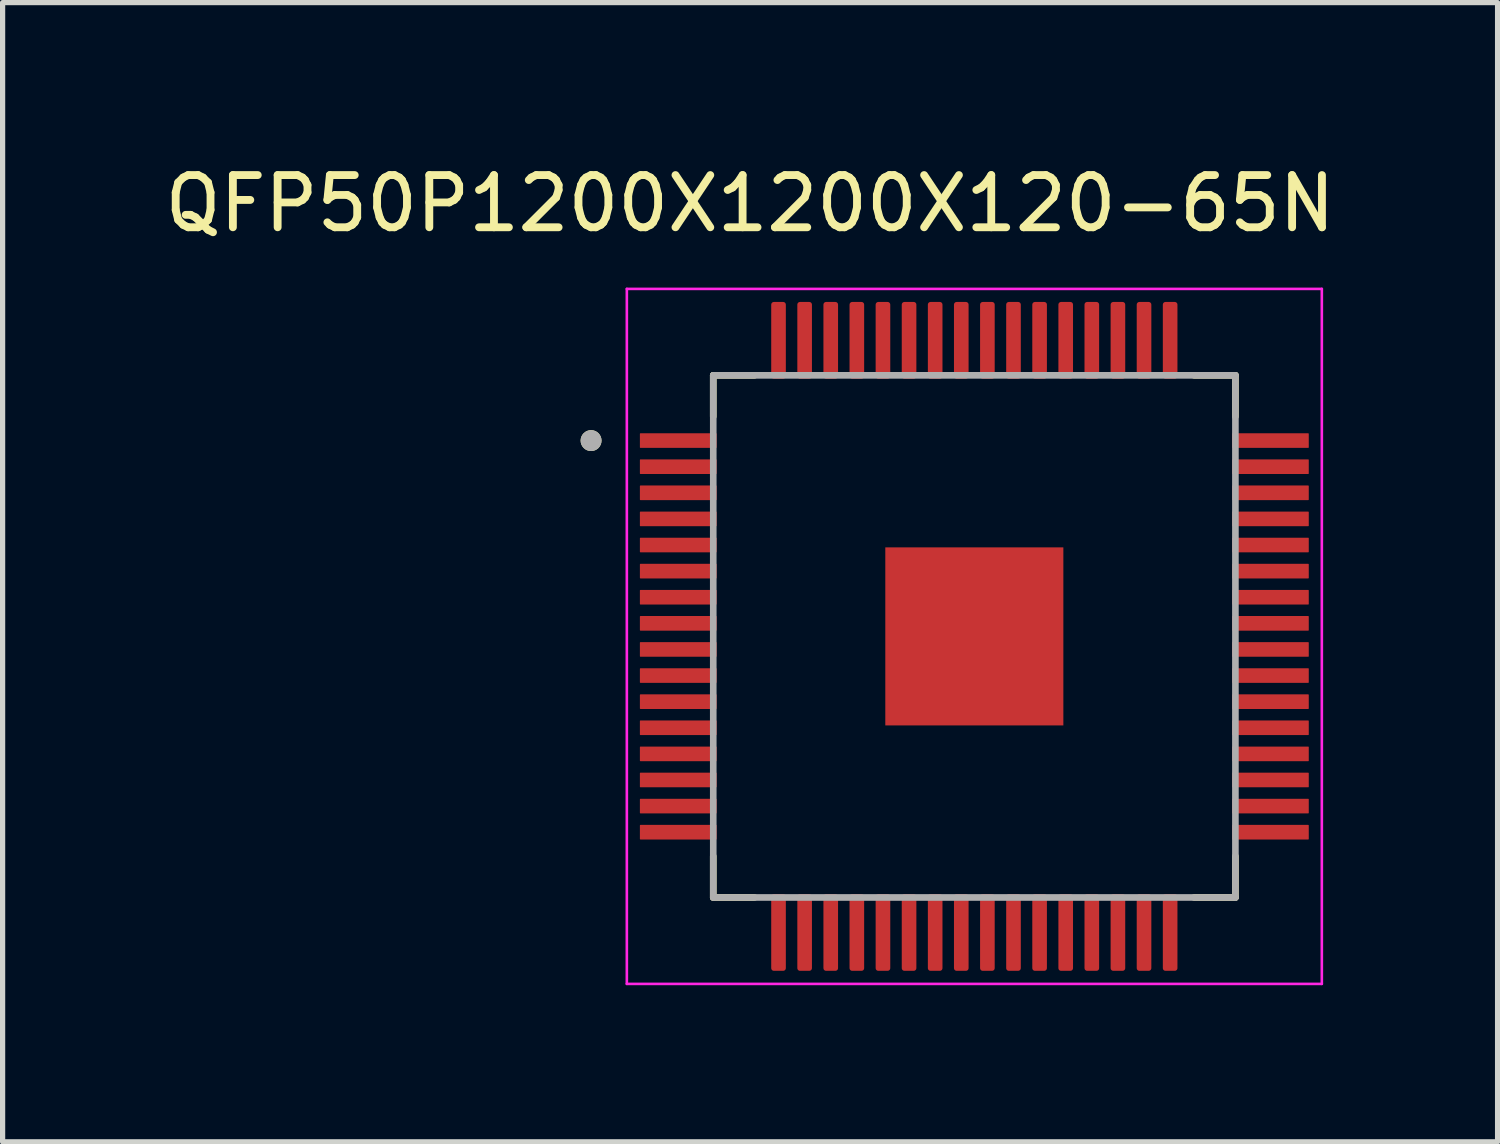
<source format=kicad_pcb>
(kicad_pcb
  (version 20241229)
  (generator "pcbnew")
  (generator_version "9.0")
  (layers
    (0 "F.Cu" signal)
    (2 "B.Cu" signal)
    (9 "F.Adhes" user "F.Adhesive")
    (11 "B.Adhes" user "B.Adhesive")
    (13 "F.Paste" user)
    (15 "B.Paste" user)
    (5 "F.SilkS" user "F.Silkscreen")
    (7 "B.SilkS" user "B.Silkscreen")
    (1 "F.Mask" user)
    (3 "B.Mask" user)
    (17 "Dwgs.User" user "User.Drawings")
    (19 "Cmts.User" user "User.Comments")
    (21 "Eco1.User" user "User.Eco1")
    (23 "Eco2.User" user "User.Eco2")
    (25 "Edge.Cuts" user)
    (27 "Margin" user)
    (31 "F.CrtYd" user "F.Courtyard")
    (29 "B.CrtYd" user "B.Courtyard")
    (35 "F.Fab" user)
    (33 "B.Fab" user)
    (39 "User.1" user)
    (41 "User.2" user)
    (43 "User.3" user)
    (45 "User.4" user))
  (footprint "QFP50P1200X1200X120-65N"
    (layer "F.Cu")
    (at 15.61 9.138)
    (property "Reference" "QFP50P1200X1200X120-65N" (at -4.295 -8.29 0) (layer "F.SilkS") (effects (font (size 1 1) (thickness 0.15))))
    (attr through_hole)
    (fp_line (start -5 -5) (end -5 -4.21) (stroke (width 0.127) (type solid)) (layer "F.SilkS"))
    (fp_line (start -5 -5) (end -4.21 -5) (stroke (width 0.127) (type solid)) (layer "F.SilkS"))
    (fp_line (start -5 5) (end -5 4.21) (stroke (width 0.127) (type solid)) (layer "F.SilkS"))
    (fp_line (start -5 5) (end -4.21 5) (stroke (width 0.127) (type solid)) (layer "F.SilkS"))
    (fp_line (start 5 -5) (end 4.21 -5) (stroke (width 0.127) (type solid)) (layer "F.SilkS"))
    (fp_line (start 5 -5) (end 5 -4.21) (stroke (width 0.127) (type solid)) (layer "F.SilkS"))
    (fp_line (start 5 5) (end 4.21 5) (stroke (width 0.127) (type solid)) (layer "F.SilkS"))
    (fp_line (start 5 5) (end 5 4.21) (stroke (width 0.127) (type solid)) (layer "F.SilkS"))
    (fp_circle (center -7.34 -3.75) (end -7.24 -3.75) (stroke (width 0.2) (type solid)) (fill no) (layer "F.SilkS"))
    (fp_poly (pts (xy -1.08 -1.08) (xy 1.08 -1.08) (xy 1.08 1.08) (xy -1.08 1.08)) (stroke (width 0.01) (type solid)) (fill yes) (layer "F.Paste"))
    (fp_line (start -6.655 -6.655) (end 6.655 -6.655) (stroke (width 0.05) (type solid)) (layer "F.CrtYd"))
    (fp_line (start -6.655 6.655) (end -6.655 -6.655) (stroke (width 0.05) (type solid)) (layer "F.CrtYd"))
    (fp_line (start -6.655 6.655) (end 6.655 6.655) (stroke (width 0.05) (type solid)) (layer "F.CrtYd"))
    (fp_line (start 6.655 6.655) (end 6.655 -6.655) (stroke (width 0.05) (type solid)) (layer "F.CrtYd"))
    (fp_line (start -5 5) (end -5 -5) (stroke (width 0.127) (type solid)) (layer "F.Fab"))
    (fp_line (start 5 -5) (end -5 -5) (stroke (width 0.127) (type solid)) (layer "F.Fab"))
    (fp_line (start 5 5) (end -5 5) (stroke (width 0.127) (type solid)) (layer "F.Fab"))
    (fp_line (start 5 5) (end 5 -5) (stroke (width 0.127) (type solid)) (layer "F.Fab"))
    (fp_circle (center -7.34 -3.75) (end -7.24 -3.75) (stroke (width 0.2) (type solid)) (fill no) (layer "F.Fab"))
    (pad "1" smd roundrect (at -5.67 -3.75) (size 1.47 0.28) (layers "F.Cu" "F.Mask" "F.Paste") (roundrect_rratio 0.04))
    (pad "2" smd roundrect (at -5.67 -3.25) (size 1.47 0.28) (layers "F.Cu" "F.Mask" "F.Paste") (roundrect_rratio 0.04))
    (pad "3" smd roundrect (at -5.67 -2.75) (size 1.47 0.28) (layers "F.Cu" "F.Mask" "F.Paste") (roundrect_rratio 0.04))
    (pad "4" smd roundrect (at -5.67 -2.25) (size 1.47 0.28) (layers "F.Cu" "F.Mask" "F.Paste") (roundrect_rratio 0.04))
    (pad "5" smd roundrect (at -5.67 -1.75) (size 1.47 0.28) (layers "F.Cu" "F.Mask" "F.Paste") (roundrect_rratio 0.04))
    (pad "6" smd roundrect (at -5.67 -1.25) (size 1.47 0.28) (layers "F.Cu" "F.Mask" "F.Paste") (roundrect_rratio 0.04))
    (pad "7" smd roundrect (at -5.67 -0.75) (size 1.47 0.28) (layers "F.Cu" "F.Mask" "F.Paste") (roundrect_rratio 0.04))
    (pad "8" smd roundrect (at -5.67 -0.25) (size 1.47 0.28) (layers "F.Cu" "F.Mask" "F.Paste") (roundrect_rratio 0.04))
    (pad "9" smd roundrect (at -5.67 0.25) (size 1.47 0.28) (layers "F.Cu" "F.Mask" "F.Paste") (roundrect_rratio 0.04))
    (pad "10" smd roundrect (at -5.67 0.75) (size 1.47 0.28) (layers "F.Cu" "F.Mask" "F.Paste") (roundrect_rratio 0.04))
    (pad "11" smd roundrect (at -5.67 1.25) (size 1.47 0.28) (layers "F.Cu" "F.Mask" "F.Paste") (roundrect_rratio 0.04))
    (pad "12" smd roundrect (at -5.67 1.75) (size 1.47 0.28) (layers "F.Cu" "F.Mask" "F.Paste") (roundrect_rratio 0.04))
    (pad "13" smd roundrect (at -5.67 2.25) (size 1.47 0.28) (layers "F.Cu" "F.Mask" "F.Paste") (roundrect_rratio 0.04))
    (pad "14" smd roundrect (at -5.67 2.75) (size 1.47 0.28) (layers "F.Cu" "F.Mask" "F.Paste") (roundrect_rratio 0.04))
    (pad "15" smd roundrect (at -5.67 3.25) (size 1.47 0.28) (layers "F.Cu" "F.Mask" "F.Paste") (roundrect_rratio 0.04))
    (pad "16" smd roundrect (at -5.67 3.75) (size 1.47 0.28) (layers "F.Cu" "F.Mask" "F.Paste") (roundrect_rratio 0.04))
    (pad "17" smd roundrect (at -3.75 5.67) (size 0.28 1.47) (layers "F.Cu" "F.Mask" "F.Paste") (roundrect_rratio 0.18))
    (pad "18" smd roundrect (at -3.25 5.67) (size 0.28 1.47) (layers "F.Cu" "F.Mask" "F.Paste") (roundrect_rratio 0.18))
    (pad "19" smd roundrect (at -2.75 5.67) (size 0.28 1.47) (layers "F.Cu" "F.Mask" "F.Paste") (roundrect_rratio 0.18))
    (pad "20" smd roundrect (at -2.25 5.67) (size 0.28 1.47) (layers "F.Cu" "F.Mask" "F.Paste") (roundrect_rratio 0.18))
    (pad "21" smd roundrect (at -1.75 5.67) (size 0.28 1.47) (layers "F.Cu" "F.Mask" "F.Paste") (roundrect_rratio 0.18))
    (pad "22" smd roundrect (at -1.25 5.67) (size 0.28 1.47) (layers "F.Cu" "F.Mask" "F.Paste") (roundrect_rratio 0.18))
    (pad "23" smd roundrect (at -0.75 5.67) (size 0.28 1.47) (layers "F.Cu" "F.Mask" "F.Paste") (roundrect_rratio 0.18))
    (pad "24" smd roundrect (at -0.25 5.67) (size 0.28 1.47) (layers "F.Cu" "F.Mask" "F.Paste") (roundrect_rratio 0.18))
    (pad "25" smd roundrect (at 0.25 5.67) (size 0.28 1.47) (layers "F.Cu" "F.Mask" "F.Paste") (roundrect_rratio 0.18))
    (pad "26" smd roundrect (at 0.75 5.67) (size 0.28 1.47) (layers "F.Cu" "F.Mask" "F.Paste") (roundrect_rratio 0.18))
    (pad "27" smd roundrect (at 1.25 5.67) (size 0.28 1.47) (layers "F.Cu" "F.Mask" "F.Paste") (roundrect_rratio 0.18))
    (pad "28" smd roundrect (at 1.75 5.67) (size 0.28 1.47) (layers "F.Cu" "F.Mask" "F.Paste") (roundrect_rratio 0.18))
    (pad "29" smd roundrect (at 2.25 5.67) (size 0.28 1.47) (layers "F.Cu" "F.Mask" "F.Paste") (roundrect_rratio 0.18))
    (pad "30" smd roundrect (at 2.75 5.67) (size 0.28 1.47) (layers "F.Cu" "F.Mask" "F.Paste") (roundrect_rratio 0.18))
    (pad "31" smd roundrect (at 3.25 5.67) (size 0.28 1.47) (layers "F.Cu" "F.Mask" "F.Paste") (roundrect_rratio 0.18))
    (pad "32" smd roundrect (at 3.75 5.67) (size 0.28 1.47) (layers "F.Cu" "F.Mask" "F.Paste") (roundrect_rratio 0.18))
    (pad "33" smd roundrect (at 5.67 3.75) (size 1.47 0.28) (layers "F.Cu" "F.Mask" "F.Paste") (roundrect_rratio 0.04))
    (pad "34" smd roundrect (at 5.67 3.25) (size 1.47 0.28) (layers "F.Cu" "F.Mask" "F.Paste") (roundrect_rratio 0.04))
    (pad "35" smd roundrect (at 5.67 2.75) (size 1.47 0.28) (layers "F.Cu" "F.Mask" "F.Paste") (roundrect_rratio 0.04))
    (pad "36" smd roundrect (at 5.67 2.25) (size 1.47 0.28) (layers "F.Cu" "F.Mask" "F.Paste") (roundrect_rratio 0.04))
    (pad "37" smd roundrect (at 5.67 1.75) (size 1.47 0.28) (layers "F.Cu" "F.Mask" "F.Paste") (roundrect_rratio 0.04))
    (pad "38" smd roundrect (at 5.67 1.25) (size 1.47 0.28) (layers "F.Cu" "F.Mask" "F.Paste") (roundrect_rratio 0.04))
    (pad "39" smd roundrect (at 5.67 0.75) (size 1.47 0.28) (layers "F.Cu" "F.Mask" "F.Paste") (roundrect_rratio 0.04))
    (pad "40" smd roundrect (at 5.67 0.25) (size 1.47 0.28) (layers "F.Cu" "F.Mask" "F.Paste") (roundrect_rratio 0.04))
    (pad "41" smd roundrect (at 5.67 -0.25) (size 1.47 0.28) (layers "F.Cu" "F.Mask" "F.Paste") (roundrect_rratio 0.04))
    (pad "42" smd roundrect (at 5.67 -0.75) (size 1.47 0.28) (layers "F.Cu" "F.Mask" "F.Paste") (roundrect_rratio 0.04))
    (pad "43" smd roundrect (at 5.67 -1.25) (size 1.47 0.28) (layers "F.Cu" "F.Mask" "F.Paste") (roundrect_rratio 0.04))
    (pad "44" smd roundrect (at 5.67 -1.75) (size 1.47 0.28) (layers "F.Cu" "F.Mask" "F.Paste") (roundrect_rratio 0.04))
    (pad "45" smd roundrect (at 5.67 -2.25) (size 1.47 0.28) (layers "F.Cu" "F.Mask" "F.Paste") (roundrect_rratio 0.04))
    (pad "46" smd roundrect (at 5.67 -2.75) (size 1.47 0.28) (layers "F.Cu" "F.Mask" "F.Paste") (roundrect_rratio 0.04))
    (pad "47" smd roundrect (at 5.67 -3.25) (size 1.47 0.28) (layers "F.Cu" "F.Mask" "F.Paste") (roundrect_rratio 0.04))
    (pad "48" smd roundrect (at 5.67 -3.75) (size 1.47 0.28) (layers "F.Cu" "F.Mask" "F.Paste") (roundrect_rratio 0.04))
    (pad "49" smd roundrect (at 3.75 -5.67) (size 0.28 1.47) (layers "F.Cu" "F.Mask" "F.Paste") (roundrect_rratio 0.18))
    (pad "50" smd roundrect (at 3.25 -5.67) (size 0.28 1.47) (layers "F.Cu" "F.Mask" "F.Paste") (roundrect_rratio 0.18))
    (pad "51" smd roundrect (at 2.75 -5.67) (size 0.28 1.47) (layers "F.Cu" "F.Mask" "F.Paste") (roundrect_rratio 0.18))
    (pad "52" smd roundrect (at 2.25 -5.67) (size 0.28 1.47) (layers "F.Cu" "F.Mask" "F.Paste") (roundrect_rratio 0.18))
    (pad "53" smd roundrect (at 1.75 -5.67) (size 0.28 1.47) (layers "F.Cu" "F.Mask" "F.Paste") (roundrect_rratio 0.18))
    (pad "54" smd roundrect (at 1.25 -5.67) (size 0.28 1.47) (layers "F.Cu" "F.Mask" "F.Paste") (roundrect_rratio 0.18))
    (pad "55" smd roundrect (at 0.75 -5.67) (size 0.28 1.47) (layers "F.Cu" "F.Mask" "F.Paste") (roundrect_rratio 0.18))
    (pad "56" smd roundrect (at 0.25 -5.67) (size 0.28 1.47) (layers "F.Cu" "F.Mask" "F.Paste") (roundrect_rratio 0.18))
    (pad "57" smd roundrect (at -0.25 -5.67) (size 0.28 1.47) (layers "F.Cu" "F.Mask" "F.Paste") (roundrect_rratio 0.18))
    (pad "58" smd roundrect (at -0.75 -5.67) (size 0.28 1.47) (layers "F.Cu" "F.Mask" "F.Paste") (roundrect_rratio 0.18))
    (pad "59" smd roundrect (at -1.25 -5.67) (size 0.28 1.47) (layers "F.Cu" "F.Mask" "F.Paste") (roundrect_rratio 0.18))
    (pad "60" smd roundrect (at -1.75 -5.67) (size 0.28 1.47) (layers "F.Cu" "F.Mask" "F.Paste") (roundrect_rratio 0.18))
    (pad "61" smd roundrect (at -2.25 -5.67) (size 0.28 1.47) (layers "F.Cu" "F.Mask" "F.Paste") (roundrect_rratio 0.18))
    (pad "62" smd roundrect (at -2.75 -5.67) (size 0.28 1.47) (layers "F.Cu" "F.Mask" "F.Paste") (roundrect_rratio 0.18))
    (pad "63" smd roundrect (at -3.25 -5.67) (size 0.28 1.47) (layers "F.Cu" "F.Mask" "F.Paste") (roundrect_rratio 0.18))
    (pad "64" smd roundrect (at -3.75 -5.67) (size 0.28 1.47) (layers "F.Cu" "F.Mask" "F.Paste") (roundrect_rratio 0.18))
    (pad "65" smd rect (at 0 0) (size 3.41 3.41) (layers "F.Cu" "F.Mask")))
  (gr_rect
    (start -3 -3)
    (end 25.631 18.818)
    (stroke (width 0.1) (type default))
    (fill no)
    (layer "Edge.Cuts")))
</source>
